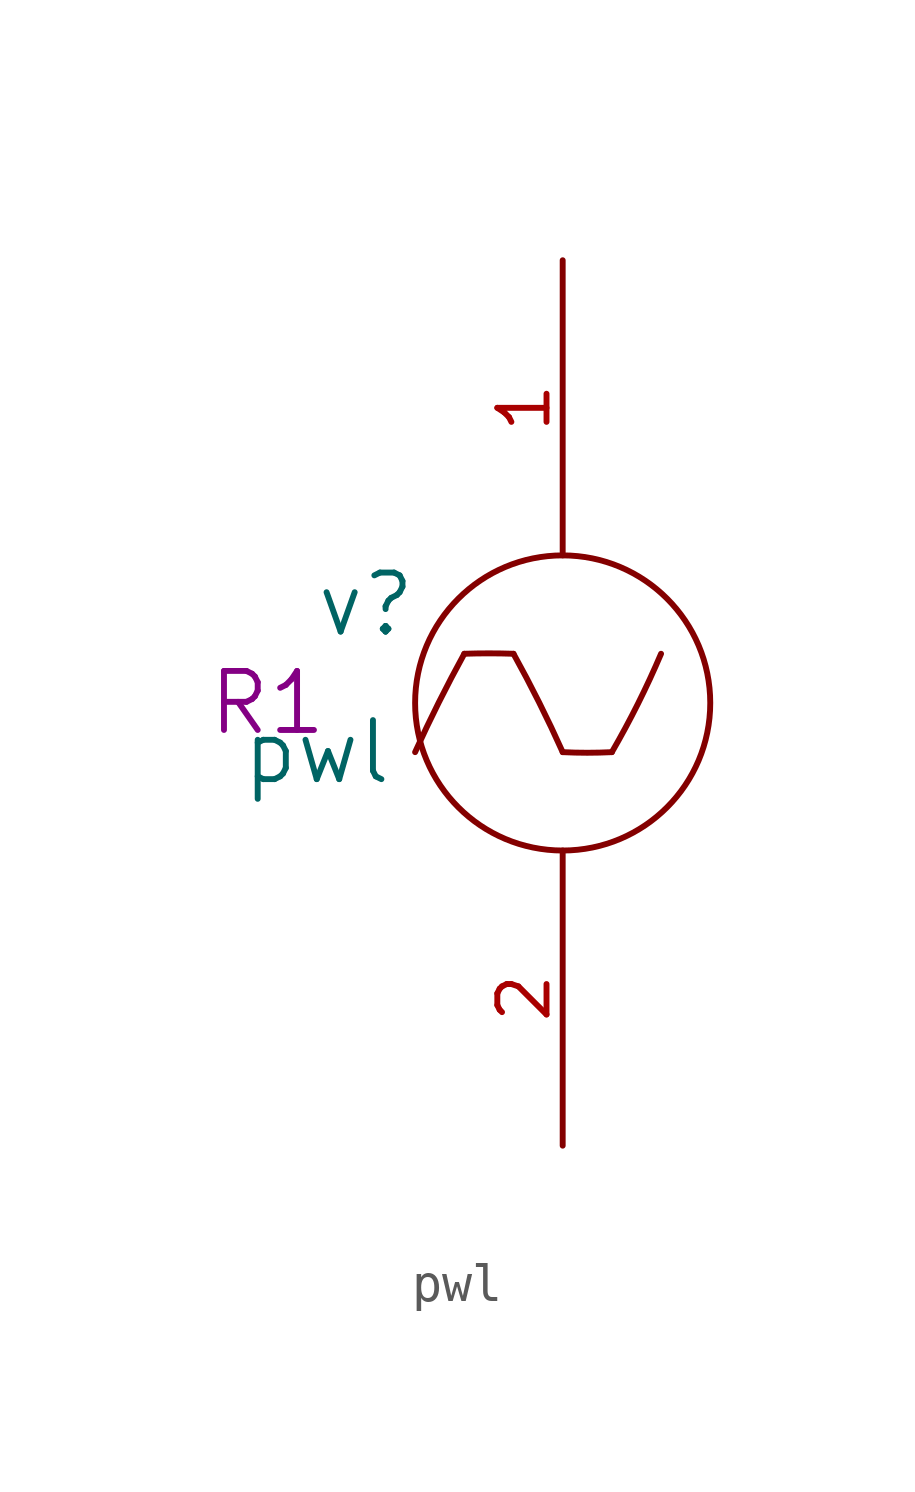
<source format=kicad_sym>
(kicad_symbol_lib
  (version 20211014)
  (generator kicad_symbol_editor)
  (symbol "pwl"
    (pin_names
      (offset 1.016))
    (property "Reference" "v"
      (at -5.08 2.54 0)
      (effects (font (size 1.524 1.524))))
    (property "Value" "pwl"
      (at -6.35 -1.27 0)
      (effects (font (size 1.524 1.524))))
    (property "Footprint" "R1"
      (at -7.62 0 0)
      (effects (font (size 1.524 1.524))))
    (property "Datasheet" ""
      (at 0 0 0)
      (effects (font (size 1.524 1.524))))
    (symbol "pwl_0_1"
      (arc (start -2.54 1.27) (mid -3.1997 0.0124) (end -3.81 -1.27) (stroke (width 0) (type default) (color 0 0 0 0)) (fill (type none)))
      (arc (start -1.27 1.27) (mid -1.905 1.2806) (end -2.54 1.27) (stroke (width 0) (type default) (color 0 0 0 0)) (fill (type none)))
      (arc (start 0 -1.27) (mid -0.608 0.0135) (end -1.27 1.27) (stroke (width 0) (type default) (color 0 0 0 0)) (fill (type none)))
      (arc (start 0 -1.27) (mid 0.635 -1.2859) (end 1.27 -1.27) (stroke (width 0) (type default) (color 0 0 0 0)) (fill (type none)))
      (circle (center 0 0) (radius 3.81) (stroke (width 0) (type default) (color 0 0 0 0)) (fill (type none)))
      (arc (start 1.27 -1.27) (mid 1.944 -0.0194) (end 2.54 1.27) (stroke (width 0) (type default) (color 0 0 0 0)) (fill (type none))))
    (symbol "pwl_1_1"
      (pin input line (at 0 11.43 270) (length 7.62) (name "+" (effects (font (size 0 0)))) (number "1" (effects (font (size 1.27 1.27)))))
      (pin input line (at 0 -11.43 90) (length 7.62) (name "-" (effects (font (size 0 0)))) (number "2" (effects (font (size 1.27 1.27))))))))
</source>
